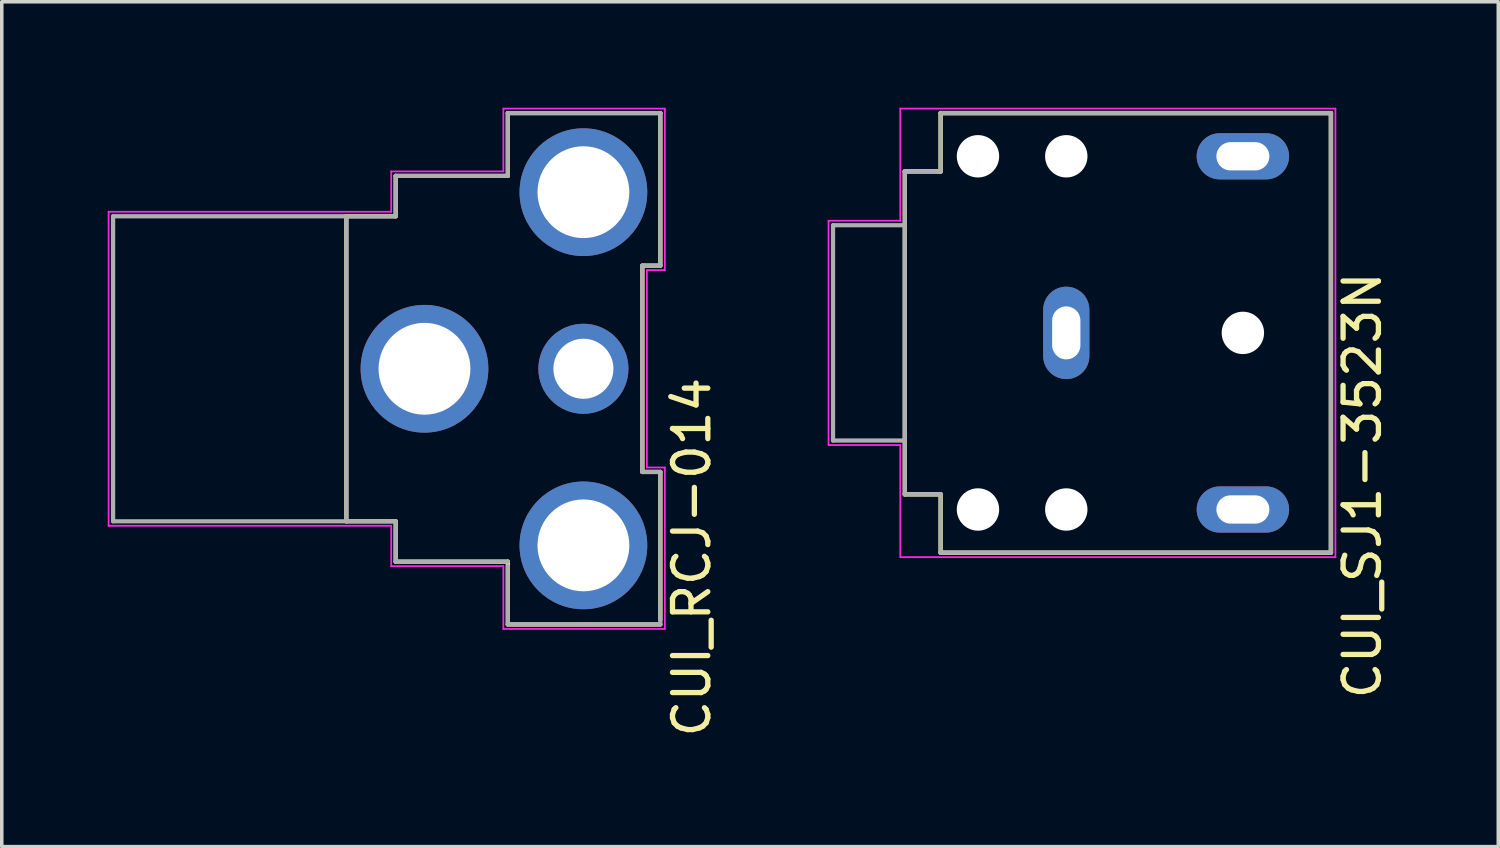
<source format=kicad_pcb>
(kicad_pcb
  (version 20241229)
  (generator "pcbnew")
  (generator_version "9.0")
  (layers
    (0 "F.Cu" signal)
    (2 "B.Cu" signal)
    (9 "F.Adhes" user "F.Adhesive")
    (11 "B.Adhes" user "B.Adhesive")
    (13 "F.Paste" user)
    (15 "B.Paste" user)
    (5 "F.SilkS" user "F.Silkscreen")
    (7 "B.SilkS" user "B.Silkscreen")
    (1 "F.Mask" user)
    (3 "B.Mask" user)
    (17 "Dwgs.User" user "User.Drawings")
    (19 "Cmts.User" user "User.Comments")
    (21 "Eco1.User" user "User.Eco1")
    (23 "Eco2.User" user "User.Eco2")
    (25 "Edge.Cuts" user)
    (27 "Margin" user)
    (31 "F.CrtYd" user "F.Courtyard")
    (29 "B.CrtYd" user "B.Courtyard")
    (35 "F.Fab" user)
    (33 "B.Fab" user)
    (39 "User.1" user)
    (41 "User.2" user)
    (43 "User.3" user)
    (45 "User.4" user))
  (footprint "CUI_RCJ-014"
    (layer "F.Cu")
    (at 7.518 7.391)
    (property "Reference" "CUI_RCJ-014" (at 9.017 5.334 90) (layer "F.SilkS") (effects (font (size 1 1) (thickness 0.15))))
    (attr through_hole)
    (fp_line (start -0.762 -4.318) (end -0.762 4.318) (stroke (width 0.12) (type solid)) (layer "F.SilkS"))
    (fp_line (start -0.762 4.318) (end 0.635 4.318) (stroke (width 0.12) (type solid)) (layer "F.SilkS"))
    (fp_line (start 0.635 -5.461) (end 0.635 -4.318) (stroke (width 0.12) (type solid)) (layer "F.SilkS"))
    (fp_line (start 0.635 -4.318) (end -0.762 -4.318) (stroke (width 0.12) (type solid)) (layer "F.SilkS"))
    (fp_line (start 0.635 4.318) (end 0.635 5.461) (stroke (width 0.12) (type solid)) (layer "F.SilkS"))
    (fp_line (start 0.635 5.461) (end 3.81 5.461) (stroke (width 0.12) (type solid)) (layer "F.SilkS"))
    (fp_line (start 3.81 -7.239) (end 8.128 -7.239) (stroke (width 0.12) (type solid)) (layer "F.SilkS"))
    (fp_line (start 3.81 -5.461) (end 0.635 -5.461) (stroke (width 0.12) (type solid)) (layer "F.SilkS"))
    (fp_line (start 3.81 -5.461) (end 3.81 -7.239) (stroke (width 0.12) (type solid)) (layer "F.SilkS"))
    (fp_line (start 3.81 5.461) (end 3.81 7.239) (stroke (width 0.12) (type solid)) (layer "F.SilkS"))
    (fp_line (start 3.81 7.239) (end 8.128 7.239) (stroke (width 0.12) (type solid)) (layer "F.SilkS"))
    (fp_line (start 7.62 -2.921) (end 7.62 2.921) (stroke (width 0.12) (type solid)) (layer "F.SilkS"))
    (fp_line (start 8.128 -7.239) (end 8.128 -2.921) (stroke (width 0.12) (type solid)) (layer "F.SilkS"))
    (fp_line (start 8.128 -2.921) (end 7.62 -2.921) (stroke (width 0.12) (type solid)) (layer "F.SilkS"))
    (fp_line (start 8.128 2.921) (end 7.62 2.921) (stroke (width 0.12) (type solid)) (layer "F.SilkS"))
    (fp_line (start 8.128 7.112) (end 8.128 2.921) (stroke (width 0.12) (type solid)) (layer "F.SilkS"))
    (fp_line (start -7.493 -4.445) (end -7.493 4.445) (stroke (width 0.05) (type solid)) (layer "F.CrtYd"))
    (fp_line (start -7.493 4.445) (end 0.508 4.445) (stroke (width 0.05) (type solid)) (layer "F.CrtYd"))
    (fp_line (start 0.508 -5.588) (end 0.508 -4.445) (stroke (width 0.05) (type solid)) (layer "F.CrtYd"))
    (fp_line (start 0.508 -4.445) (end -7.493 -4.445) (stroke (width 0.05) (type solid)) (layer "F.CrtYd"))
    (fp_line (start 0.508 4.445) (end 0.508 5.588) (stroke (width 0.05) (type solid)) (layer "F.CrtYd"))
    (fp_line (start 0.508 5.588) (end 3.683 5.588) (stroke (width 0.05) (type solid)) (layer "F.CrtYd"))
    (fp_line (start 3.683 -7.366) (end 8.255 -7.366) (stroke (width 0.05) (type solid)) (layer "F.CrtYd"))
    (fp_line (start 3.683 -5.588) (end 0.508 -5.588) (stroke (width 0.05) (type solid)) (layer "F.CrtYd"))
    (fp_line (start 3.683 -5.588) (end 3.683 -7.366) (stroke (width 0.05) (type solid)) (layer "F.CrtYd"))
    (fp_line (start 3.683 7.366) (end 3.683 5.588) (stroke (width 0.05) (type solid)) (layer "F.CrtYd"))
    (fp_line (start 7.747 -2.794) (end 7.747 2.794) (stroke (width 0.05) (type solid)) (layer "F.CrtYd"))
    (fp_line (start 7.747 2.794) (end 8.255 2.794) (stroke (width 0.05) (type solid)) (layer "F.CrtYd"))
    (fp_line (start 8.255 -7.366) (end 8.255 -2.794) (stroke (width 0.05) (type solid)) (layer "F.CrtYd"))
    (fp_line (start 8.255 -2.794) (end 7.747 -2.794) (stroke (width 0.05) (type solid)) (layer "F.CrtYd"))
    (fp_line (start 8.255 7.366) (end 3.683 7.366) (stroke (width 0.05) (type solid)) (layer "F.CrtYd"))
    (fp_line (start 8.255 7.366) (end 8.255 2.794) (stroke (width 0.05) (type solid)) (layer "F.CrtYd"))
    (fp_line (start -7.366 -4.318) (end -7.366 4.318) (stroke (width 0.12) (type solid)) (layer "F.Fab"))
    (fp_line (start -7.366 4.318) (end 0.635 4.318) (stroke (width 0.12) (type solid)) (layer "F.Fab"))
    (fp_line (start -0.762 -4.318) (end -0.762 4.318) (stroke (width 0.12) (type solid)) (layer "F.Fab"))
    (fp_line (start 0.635 -5.461) (end 0.635 -4.318) (stroke (width 0.12) (type solid)) (layer "F.Fab"))
    (fp_line (start 0.635 -5.461) (end 3.81 -5.461) (stroke (width 0.12) (type solid)) (layer "F.Fab"))
    (fp_line (start 0.635 -4.318) (end -7.366 -4.318) (stroke (width 0.12) (type solid)) (layer "F.Fab"))
    (fp_line (start 0.635 4.318) (end 0.635 5.461) (stroke (width 0.12) (type solid)) (layer "F.Fab"))
    (fp_line (start 0.635 5.461) (end 3.81 5.461) (stroke (width 0.12) (type solid)) (layer "F.Fab"))
    (fp_line (start 3.81 -7.239) (end 8.128 -7.239) (stroke (width 0.12) (type solid)) (layer "F.Fab"))
    (fp_line (start 3.81 -5.461) (end 3.81 -7.239) (stroke (width 0.12) (type solid)) (layer "F.Fab"))
    (fp_line (start 3.81 5.588) (end 3.81 7.239) (stroke (width 0.12) (type solid)) (layer "F.Fab"))
    (fp_line (start 3.81 7.239) (end 8.128 7.239) (stroke (width 0.12) (type solid)) (layer "F.Fab"))
    (fp_line (start 7.62 -2.921) (end 7.62 2.921) (stroke (width 0.12) (type solid)) (layer "F.Fab"))
    (fp_line (start 8.128 -7.239) (end 8.128 -2.921) (stroke (width 0.12) (type solid)) (layer "F.Fab"))
    (fp_line (start 8.128 -2.921) (end 7.62 -2.921) (stroke (width 0.12) (type solid)) (layer "F.Fab"))
    (fp_line (start 8.128 2.921) (end 7.62 2.921) (stroke (width 0.12) (type solid)) (layer "F.Fab"))
    (fp_line (start 8.128 7.239) (end 8.128 2.921) (stroke (width 0.12) (type solid)) (layer "F.Fab"))
    (pad "1" thru_hole circle (at 5.95 0) (size 2.55 2.55) (drill 1.7) (layers "*.Cu" "*.Mask"))
    (pad "2" thru_hole circle (at 1.45 0) (size 3.616 3.616) (drill 2.6) (layers "*.Cu" "*.Mask"))
    (pad "2" thru_hole circle (at 5.95 -5) (size 3.616 3.616) (drill 2.6) (layers "*.Cu" "*.Mask"))
    (pad "2" thru_hole circle (at 5.95 5) (size 3.616 3.616) (drill 2.6) (layers "*.Cu" "*.Mask")))
  (footprint "CUI_SJ1-3523N"
    (layer "F.Cu")
    (at 27.139 6.375)
    (property "Reference" "CUI_SJ1-3523N" (at 8.382 4.318 90) (layer "F.SilkS") (effects (font (size 1 1) (thickness 0.15))))
    (attr through_hole)
    (fp_line (start -4.572 4.572) (end -4.572 -4.572) (stroke (width 0.12) (type solid)) (layer "F.SilkS"))
    (fp_line (start -3.556 -6.223) (end -3.556 -4.572) (stroke (width 0.127) (type solid)) (layer "F.SilkS"))
    (fp_line (start -3.556 -4.572) (end -4.572 -4.572) (stroke (width 0.127) (type solid)) (layer "F.SilkS"))
    (fp_line (start -3.556 4.572) (end -4.572 4.572) (stroke (width 0.127) (type solid)) (layer "F.SilkS"))
    (fp_line (start -3.556 4.572) (end -3.556 6.223) (stroke (width 0.127) (type solid)) (layer "F.SilkS"))
    (fp_line (start 7.493 -6.223) (end -3.556 -6.223) (stroke (width 0.127) (type solid)) (layer "F.SilkS"))
    (fp_line (start 7.493 -6.223) (end 7.493 6.223) (stroke (width 0.127) (type solid)) (layer "F.SilkS"))
    (fp_line (start 7.493 6.223) (end -3.556 6.223) (stroke (width 0.127) (type solid)) (layer "F.SilkS"))
    (fp_line (start -6.731 -3.175) (end -6.731 3.175) (stroke (width 0.05) (type solid)) (layer "F.CrtYd"))
    (fp_line (start -6.731 3.175) (end -4.699 3.175) (stroke (width 0.05) (type solid)) (layer "F.CrtYd"))
    (fp_line (start -4.699 -6.35) (end -4.699 -3.175) (stroke (width 0.05) (type solid)) (layer "F.CrtYd"))
    (fp_line (start -4.699 -6.35) (end 7.62 -6.35) (stroke (width 0.05) (type solid)) (layer "F.CrtYd"))
    (fp_line (start -4.699 -3.175) (end -6.731 -3.175) (stroke (width 0.05) (type solid)) (layer "F.CrtYd"))
    (fp_line (start -4.699 3.175) (end -4.699 6.35) (stroke (width 0.05) (type solid)) (layer "F.CrtYd"))
    (fp_line (start 7.62 -6.35) (end 7.62 6.35) (stroke (width 0.05) (type solid)) (layer "F.CrtYd"))
    (fp_line (start 7.62 6.35) (end -4.699 6.35) (stroke (width 0.05) (type solid)) (layer "F.CrtYd"))
    (fp_line (start -6.604 -3.048) (end -6.604 3.048) (stroke (width 0.12) (type solid)) (layer "F.Fab"))
    (fp_line (start -6.604 3.048) (end -4.572 3.048) (stroke (width 0.12) (type solid)) (layer "F.Fab"))
    (fp_line (start -4.572 -4.572) (end -4.572 -3.048) (stroke (width 0.12) (type solid)) (layer "F.Fab"))
    (fp_line (start -4.572 -3.048) (end -6.604 -3.048) (stroke (width 0.12) (type solid)) (layer "F.Fab"))
    (fp_line (start -4.572 -3.048) (end -4.572 3.048) (stroke (width 0.12) (type solid)) (layer "F.Fab"))
    (fp_line (start -4.572 3.048) (end -4.572 4.572) (stroke (width 0.12) (type solid)) (layer "F.Fab"))
    (fp_line (start -4.572 4.572) (end -3.556 4.572) (stroke (width 0.12) (type solid)) (layer "F.Fab"))
    (fp_line (start -3.556 -6.223) (end -3.556 -4.572) (stroke (width 0.12) (type solid)) (layer "F.Fab"))
    (fp_line (start -3.556 -4.572) (end -4.572 -4.572) (stroke (width 0.12) (type solid)) (layer "F.Fab"))
    (fp_line (start -3.556 4.572) (end -3.556 6.223) (stroke (width 0.12) (type solid)) (layer "F.Fab"))
    (fp_line (start -3.556 6.223) (end 7.493 6.223) (stroke (width 0.12) (type solid)) (layer "F.Fab"))
    (fp_line (start 7.493 -6.223) (end -3.556 -6.223) (stroke (width 0.12) (type solid)) (layer "F.Fab"))
    (fp_line (start 7.493 6.223) (end 7.493 -6.223) (stroke (width 0.12) (type solid)) (layer "F.Fab"))
    (pad "" np_thru_hole circle (at -2.5 -5) (size 1.2 1.2) (drill 1.2) (layers "*.Cu" "*.Mask"))
    (pad "" np_thru_hole circle (at -2.5 5) (size 1.2 1.2) (drill 1.2) (layers "*.Cu" "*.Mask"))
    (pad "" np_thru_hole circle (at 0 -5) (size 1.2 1.2) (drill 1.2) (layers "*.Cu" "*.Mask"))
    (pad "" np_thru_hole circle (at 0 5) (size 1.2 1.2) (drill 1.2) (layers "*.Cu" "*.Mask"))
    (pad "" np_thru_hole circle (at 5 0) (size 1.2 1.2) (drill 1.2) (layers "*.Cu" "*.Mask"))
    (pad "1" thru_hole oval (at 0 0) (size 1.308 2.616) (drill oval 0.8 1.5) (layers "*.Cu" "*.Mask"))
    (pad "2" thru_hole oval (at 5 5) (size 2.616 1.308) (drill oval 1.5 0.8) (layers "*.Cu" "*.Mask"))
    (pad "3" thru_hole oval (at 5 -5) (size 2.616 1.308) (drill oval 1.5 0.8) (layers "*.Cu" "*.Mask")))
  (gr_rect
    (start -3 -3)
    (end 39.37 20.921)
    (stroke (width 0.1) (type default))
    (fill no)
    (layer "Edge.Cuts")))
</source>
